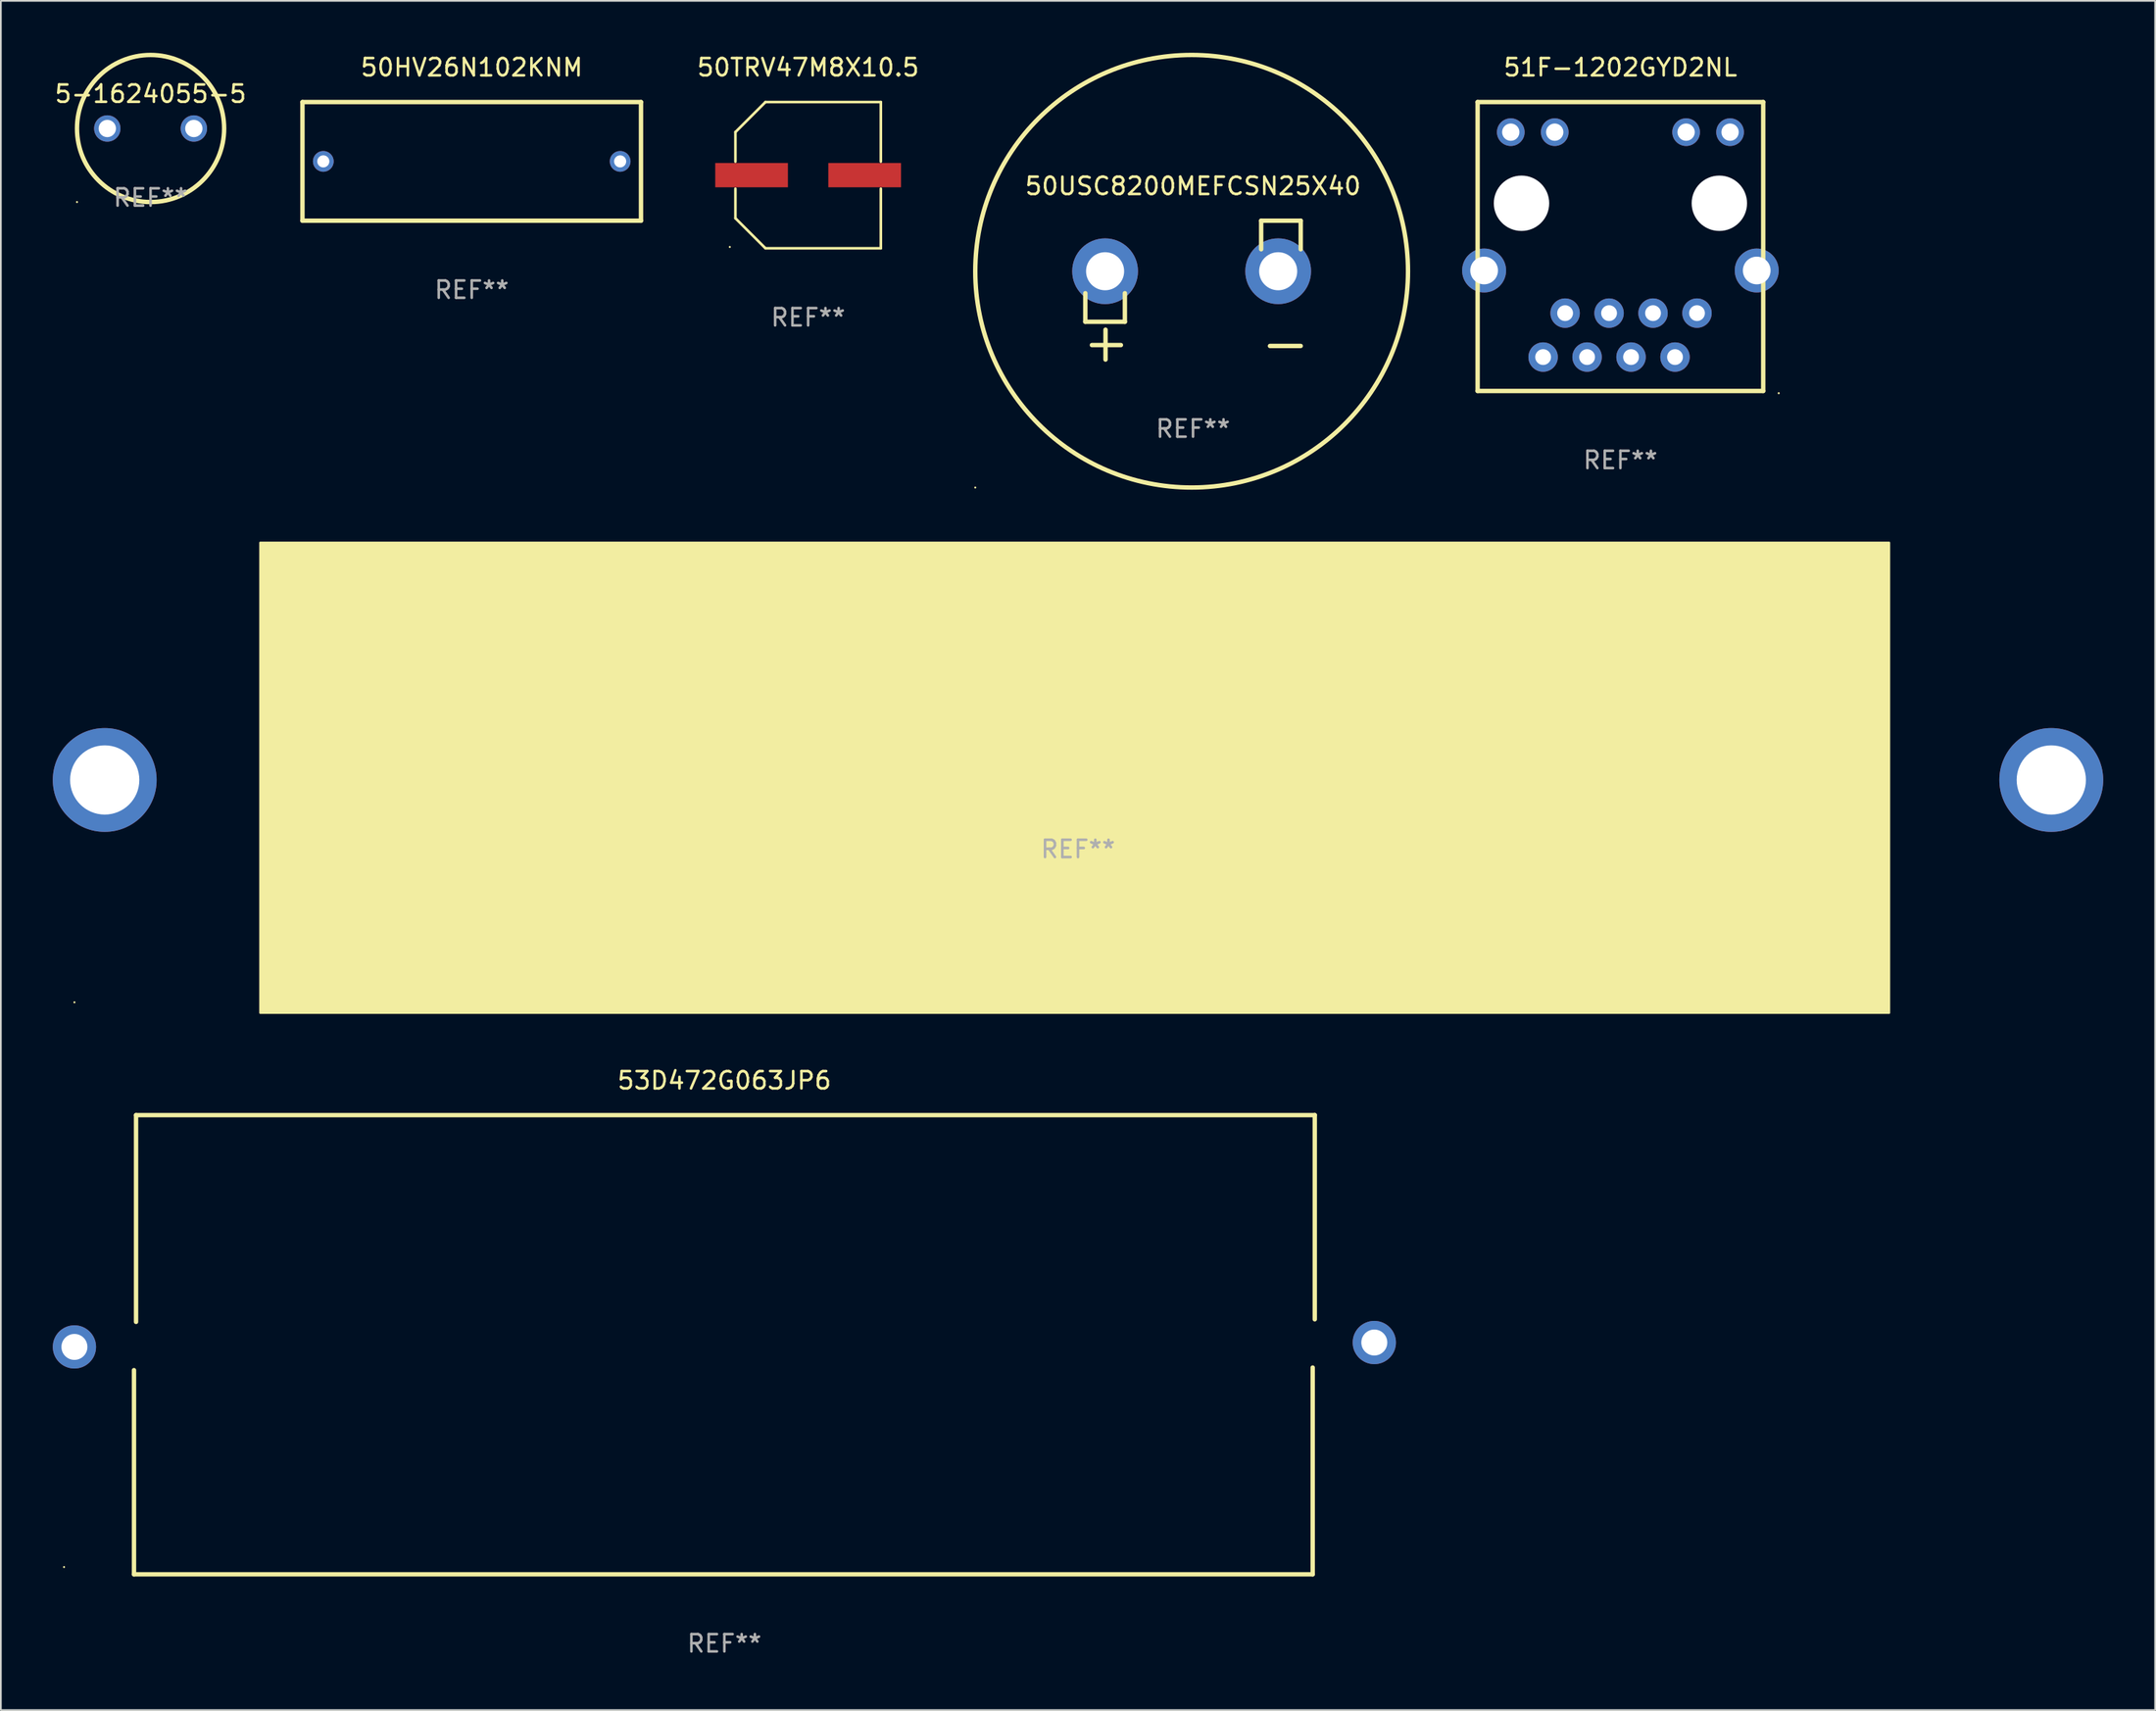
<source format=kicad_pcb>
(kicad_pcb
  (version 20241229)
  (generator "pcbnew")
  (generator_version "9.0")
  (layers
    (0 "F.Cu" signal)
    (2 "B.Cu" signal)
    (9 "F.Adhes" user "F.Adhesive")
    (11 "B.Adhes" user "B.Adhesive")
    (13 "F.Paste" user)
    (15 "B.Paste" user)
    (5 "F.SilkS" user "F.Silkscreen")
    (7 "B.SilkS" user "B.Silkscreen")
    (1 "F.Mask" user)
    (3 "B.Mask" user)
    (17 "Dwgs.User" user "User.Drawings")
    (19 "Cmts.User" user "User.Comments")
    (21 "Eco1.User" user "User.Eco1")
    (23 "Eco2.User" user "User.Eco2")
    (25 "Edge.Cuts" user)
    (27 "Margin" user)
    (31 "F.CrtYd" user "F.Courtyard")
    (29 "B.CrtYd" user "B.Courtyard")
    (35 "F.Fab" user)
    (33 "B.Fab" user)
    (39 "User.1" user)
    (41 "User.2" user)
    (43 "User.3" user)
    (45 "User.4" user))
  (footprint "51F-1202GYD2NL"
    (layer "F.Cu")
    (at 90.569 11.198)
    (property "Reference" "51F-1202GYD2NL" (at 0 -10.35 0) (layer "F.SilkS") (effects (font (size 1 1) (thickness 0.15))))
    (attr through_hole)
    (fp_line (start -8.25 -8.35) (end -8.25 8.35) (stroke (width 0.254) (type solid)) (layer "F.SilkS"))
    (fp_line (start 8.25 -8.35) (end -8.25 -8.35) (stroke (width 0.254) (type solid)) (layer "F.SilkS"))
    (fp_line (start 8.25 8.35) (end -8.25 8.35) (stroke (width 0.254) (type solid)) (layer "F.SilkS"))
    (fp_line (start 8.25 8.35) (end 8.25 -8.35) (stroke (width 0.254) (type solid)) (layer "F.SilkS"))
    (fp_circle (center 9.145 8.477) (end 9.175 8.477) (stroke (width 0.06) (type solid)) (fill no) (layer "F.SilkS"))
    (fp_text user "REF**" (at 0 12.35 0) (layer "F.Fab") (effects (font (size 1 1) (thickness 0.15))))
    (pad "" np_thru_hole circle (at -5.715 -2.5) (size 3.2 3.2) (drill 3.2) (layers "*.Cu" "*.Mask"))
    (pad "" np_thru_hole circle (at 5.715 -2.5) (size 3.2 3.2) (drill 3.2) (layers "*.Cu" "*.Mask"))
    (pad "1" thru_hole circle (at 4.424 3.85) (size 1.7 1.7) (drill 0.914) (layers "*.Cu" "*.Mask"))
    (pad "2" thru_hole circle (at 3.154 6.39) (size 1.7 1.7) (drill 0.914) (layers "*.Cu" "*.Mask"))
    (pad "3" thru_hole circle (at 1.884 3.85) (size 1.7 1.7) (drill 0.914) (layers "*.Cu" "*.Mask"))
    (pad "4" thru_hole circle (at 0.614 6.39) (size 1.7 1.7) (drill 0.914) (layers "*.Cu" "*.Mask"))
    (pad "5" thru_hole circle (at -0.656 3.85) (size 1.7 1.7) (drill 0.914) (layers "*.Cu" "*.Mask"))
    (pad "6" thru_hole circle (at -1.926 6.39) (size 1.7 1.7) (drill 0.914) (layers "*.Cu" "*.Mask"))
    (pad "7" thru_hole circle (at -3.196 3.85) (size 1.7 1.7) (drill 0.914) (layers "*.Cu" "*.Mask"))
    (pad "8" thru_hole circle (at -4.466 6.39) (size 1.7 1.7) (drill 0.914) (layers "*.Cu" "*.Mask"))
    (pad "9" thru_hole circle (at 6.335 -6.61) (size 1.6 1.6) (drill 1) (layers "*.Cu" "*.Mask"))
    (pad "10" thru_hole circle (at 3.795 -6.61) (size 1.6 1.6) (drill 1) (layers "*.Cu" "*.Mask"))
    (pad "11" thru_hole circle (at -3.795 -6.61) (size 1.6 1.6) (drill 1) (layers "*.Cu" "*.Mask"))
    (pad "12" thru_hole circle (at -6.335 -6.61) (size 1.6 1.6) (drill 1) (layers "*.Cu" "*.Mask"))
    (pad "13" thru_hole circle (at 7.875 1.386) (size 2.54 2.54) (drill 1.6) (layers "*.Cu" "*.Mask"))
    (pad "14" thru_hole circle (at -7.875 1.386) (size 2.54 2.54) (drill 1.6) (layers "*.Cu" "*.Mask")))
  (footprint "50HV26N102KNM"
    (layer "F.Cu")
    (at 24.204 6.277)
    (property "Reference" "50HV26N102KNM" (at 0 -5.429 0) (layer "F.SilkS") (effects (font (size 1 1) (thickness 0.15))))
    (attr through_hole)
    (fp_line (start -9.779 -3.429) (end 9.779 -3.429) (stroke (width 0.254) (type solid)) (layer "F.SilkS"))
    (fp_line (start -9.779 3.429) (end -9.779 -3.429) (stroke (width 0.254) (type solid)) (layer "F.SilkS"))
    (fp_line (start 9.779 -3.429) (end 9.779 3.429) (stroke (width 0.254) (type solid)) (layer "F.SilkS"))
    (fp_line (start 9.779 3.429) (end -9.779 3.429) (stroke (width 0.254) (type solid)) (layer "F.SilkS"))
    (fp_circle (center -9.8 3.45) (end -9.77 3.45) (stroke (width 0.06) (type solid)) (fill no) (layer "F.SilkS"))
    (fp_text user "REF**" (at 0 7.429 0) (layer "F.Fab") (effects (font (size 1 1) (thickness 0.15))))
    (pad "1" thru_hole circle (at -8.575 0) (size 1.2 1.2) (drill 0.7) (layers "*.Cu" "*.Mask"))
    (pad "2" thru_hole circle (at 8.575 0) (size 1.2 1.2) (drill 0.7) (layers "*.Cu" "*.Mask")))
  (footprint "53D183G025JT6"
    (layer "F.Cu")
    (at 59.231 42.03)
    (property "Reference" "53D183G025JT6" (at 0 -2 0) (layer "F.SilkS") (effects (font (size 1 1) (thickness 0.15))))
    (attr through_hole)
    (fp_circle (center -57.981 12.85) (end -57.951 12.85) (stroke (width 0.06) (type solid)) (fill no) (layer "F.SilkS"))
    (fp_poly (pts (xy -47.244 -13.716) (xy 46.863 -13.716) (xy 46.863 13.462) (xy -47.244 13.462)) (stroke (width 0.12) (type solid)) (fill yes) (layer "F.SilkS"))
    (fp_text user "REF**" (at 0 4 0) (layer "F.Fab") (effects (font (size 1 1) (thickness 0.15))))
    (pad "1" thru_hole circle (at -56.231 0) (size 6 6) (drill 4) (layers "*.Cu" "*.Mask"))
    (pad "2" thru_hole circle (at 56.231 0) (size 6 6) (drill 4) (layers "*.Cu" "*.Mask")))
  (footprint "53D472G063JP6"
    (layer "F.Cu")
    (at 38.8 74.671)
    (property "Reference" "53D472G063JP6" (at 0 -15.27 0) (layer "F.SilkS") (effects (font (size 1 1) (thickness 0.15))))
    (attr through_hole)
    (fp_line (start -34.11 13.27) (end -34.11 1.47) (stroke (width 0.254) (type solid)) (layer "F.SilkS"))
    (fp_line (start -33.99 -13.27) (end 34.11 -13.27) (stroke (width 0.254) (type solid)) (layer "F.SilkS"))
    (fp_line (start -33.99 -1.32) (end -33.99 -13.27) (stroke (width 0.254) (type solid)) (layer "F.SilkS"))
    (fp_line (start 33.99 1.32) (end 33.99 13.27) (stroke (width 0.254) (type solid)) (layer "F.SilkS"))
    (fp_line (start 33.99 13.27) (end -34.11 13.27) (stroke (width 0.254) (type solid)) (layer "F.SilkS"))
    (fp_line (start 34.11 -13.27) (end 34.11 -1.47) (stroke (width 0.254) (type solid)) (layer "F.SilkS"))
    (fp_circle (center -38.15 12.85) (end -38.12 12.85) (stroke (width 0.06) (type solid)) (fill no) (layer "F.SilkS"))
    (fp_text user "REF**" (at 0 17.27 0) (layer "F.Fab") (effects (font (size 1 1) (thickness 0.15))))
    (pad "1" thru_hole circle (at -37.55 0.127) (size 2.5 2.5) (drill 1.5) (layers "*.Cu" "*.Mask"))
    (pad "2" thru_hole circle (at 37.55 -0.127) (size 2.5 2.5) (drill 1.5) (layers "*.Cu" "*.Mask")))
  (footprint "50TRV47M8X10.5"
    (layer "F.Cu")
    (at 43.639 7.074)
    (property "Reference" "50TRV47M8X10.5" (at 0 -6.226 0) (layer "F.SilkS") (effects (font (size 1 1) (thickness 0.15))))
    (attr through_hole)
    (fp_line (start -4.201 -2.49) (end -4.201 -0.782) (stroke (width 0.152) (type solid)) (layer "F.SilkS"))
    (fp_line (start -4.201 2.49) (end -4.201 0.782) (stroke (width 0.152) (type solid)) (layer "F.SilkS"))
    (fp_line (start -2.465 -4.226) (end -4.201 -2.49) (stroke (width 0.152) (type solid)) (layer "F.SilkS"))
    (fp_line (start -2.465 4.226) (end -4.201 2.49) (stroke (width 0.152) (type solid)) (layer "F.SilkS"))
    (fp_line (start 4.201 -4.226) (end -2.465 -4.226) (stroke (width 0.152) (type solid)) (layer "F.SilkS"))
    (fp_line (start 4.201 -0.782) (end 4.201 -4.226) (stroke (width 0.152) (type solid)) (layer "F.SilkS"))
    (fp_line (start 4.201 0.782) (end 4.201 4.226) (stroke (width 0.152) (type solid)) (layer "F.SilkS"))
    (fp_line (start 4.201 4.226) (end -2.465 4.226) (stroke (width 0.152) (type solid)) (layer "F.SilkS"))
    (fp_circle (center -4.524 4.15) (end -4.494 4.15) (stroke (width 0.06) (type solid)) (fill no) (layer "F.SilkS"))
    (fp_text user "REF**" (at 0 8.226 0) (layer "F.Fab") (effects (font (size 1 1) (thickness 0.15))))
    (pad "1" smd rect (at -3.267 0) (size 4.2 1.4) (layers "F.Cu" "F.Mask" "F.Paste"))
    (pad "2" smd rect (at 3.267 0) (size 4.2 1.4) (layers "F.Cu" "F.Mask" "F.Paste")))
  (footprint "5-1624055-5"
    (layer "F.Cu")
    (at 5.649 4.377)
    (property "Reference" "5-1624055-5" (at 0 -2 0) (layer "F.SilkS") (effects (font (size 1 1) (thickness 0.15))))
    (attr through_hole)
    (fp_circle (center -4.25 4.25) (end -4.22 4.25) (stroke (width 0.06) (type solid)) (fill no) (layer "F.SilkS"))
    (fp_circle (center -0.000127 0) (end 4.25 0) (stroke (width 0.254) (type solid)) (fill no) (layer "F.SilkS"))
    (fp_text user "REF**" (at 0 4 0) (layer "F.Fab") (effects (font (size 1 1) (thickness 0.15))))
    (pad "1" thru_hole circle (at -2.5 0) (size 1.524 1.524) (drill 1) (layers "*.Cu" "*.Mask"))
    (pad "2" thru_hole circle (at 2.5 0) (size 1.524 1.524) (drill 1) (layers "*.Cu" "*.Mask")))
  (footprint "50USC8200MEFCSN25X40"
    (layer "F.Cu")
    (at 65.876 13.719)
    (property "Reference" "50USC8200MEFCSN25X40" (at 0 -6.013 0) (layer "F.SilkS") (effects (font (size 1 1) (thickness 0.15))))
    (attr through_hole)
    (fp_line (start -6.223 0.178) (end -6.223 1.829) (stroke (width 0.254) (type solid)) (layer "F.SilkS"))
    (fp_line (start -6.223 1.829) (end -3.937 1.829) (stroke (width 0.254) (type solid)) (layer "F.SilkS"))
    (fp_line (start -5.055 4.013) (end -5.055 2.286) (stroke (width 0.254) (type solid)) (layer "F.SilkS"))
    (fp_line (start -4.166 3.175) (end -5.842 3.175) (stroke (width 0.254) (type solid)) (layer "F.SilkS"))
    (fp_line (start -3.937 1.829) (end -3.937 0.178) (stroke (width 0.254) (type solid)) (layer "F.SilkS"))
    (fp_line (start 3.937 -4.013) (end 3.937 -2.362) (stroke (width 0.254) (type solid)) (layer "F.SilkS"))
    (fp_line (start 6.223 -4.013) (end 3.937 -4.013) (stroke (width 0.254) (type solid)) (layer "F.SilkS"))
    (fp_line (start 6.223 -2.362) (end 6.223 -4.013) (stroke (width 0.254) (type solid)) (layer "F.SilkS"))
    (fp_line (start 6.223 3.226) (end 4.445 3.226) (stroke (width 0.254) (type solid)) (layer "F.SilkS"))
    (fp_circle (center -12.58 11.408) (end -12.55 11.408) (stroke (width 0.06) (type solid)) (fill no) (layer "F.SilkS"))
    (fp_circle (center -0.08 -1.092) (end 12.42 -1.092) (stroke (width 0.254) (type solid)) (fill no) (layer "F.SilkS"))
    (fp_text user "REF**" (at 0 8.013 0) (layer "F.Fab") (effects (font (size 1 1) (thickness 0.15))))
    (pad "1" thru_hole circle (at -5.08 -1.092) (size 3.8 3.8) (drill 2.2) (layers "*.Cu" "*.Mask"))
    (pad "2" thru_hole circle (at 4.92 -1.092) (size 3.8 3.8) (drill 2.2) (layers "*.Cu" "*.Mask")))
  (gr_rect
    (start -3 -3)
    (end 121.462 95.789)
    (stroke (width 0.1) (type default))
    (fill no)
    (layer "Edge.Cuts")))
</source>
